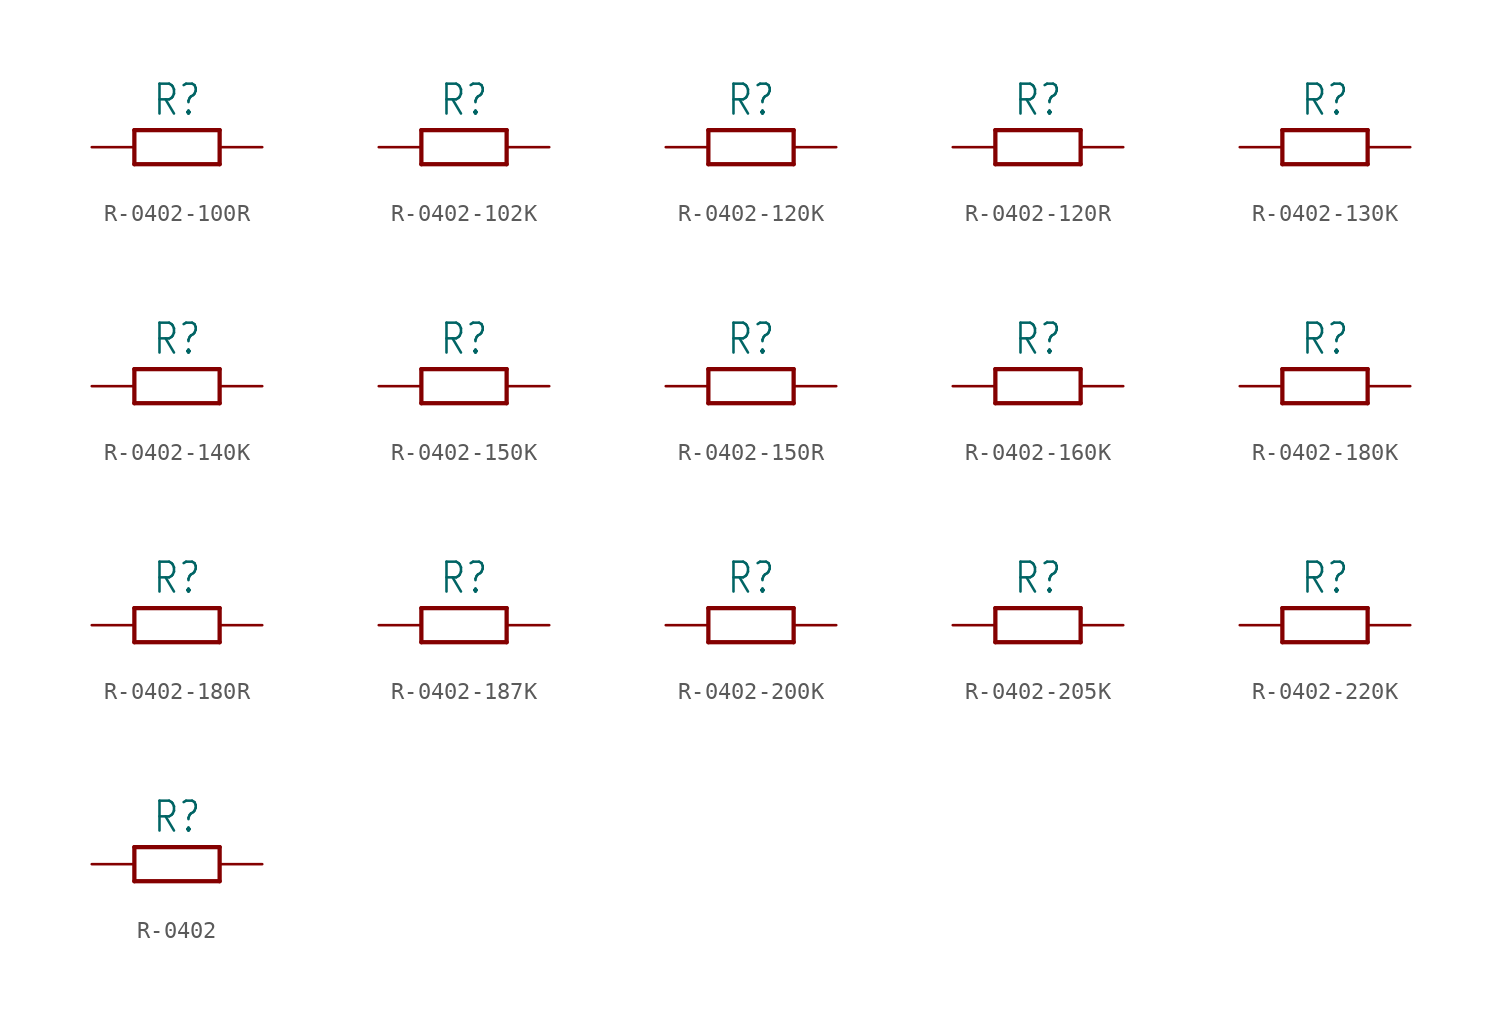
<source format=kicad_sym>
(kicad_symbol_lib
  (version 20231120)
  (generator "kicad_symbol_editor")
  (generator_version "8.0")
  (symbol "R-0402-100R"
    (property "Reference" "R"
      (at 0 1.778 0)
      (effects (font (size 1.778 1.511)) (justify bottom)))
    (property "Value" ""
      (at 0 -1.778 0)
      (effects (font (size 1.778 1.511)) (justify top)))
    (property "ki_locked" ""
      (at 0 0 0)
      (effects (font (size 1.27 1.27))))
    (symbol "R-0402-100R_1_0"
      (polyline (pts (xy -2.54 -1.016) (xy -2.54 1.016)) (stroke (width 0.254) (type solid)) (fill (type none)))
      (polyline (pts (xy -2.54 1.016) (xy 2.54 1.016)) (stroke (width 0.254) (type solid)) (fill (type none)))
      (polyline (pts (xy 2.54 -1.016) (xy -2.54 -1.016)) (stroke (width 0.254) (type solid)) (fill (type none)))
      (polyline (pts (xy 2.54 1.016) (xy 2.54 -1.016)) (stroke (width 0.254) (type solid)) (fill (type none)))
      (pin passive line (at -5.08 0 0) (length 2.54) (name "1" (effects (font (size 0 0)))) (number "1" (effects (font (size 0 0)))))
      (pin passive line (at 5.08 0 180) (length 2.54) (name "2" (effects (font (size 0 0)))) (number "2" (effects (font (size 0 0)))))))
  (symbol "R-0402-102K"
    (property "Reference" "R"
      (at 0 1.778 0)
      (effects (font (size 1.778 1.511)) (justify bottom)))
    (property "Value" ""
      (at 0 -1.778 0)
      (effects (font (size 1.778 1.511)) (justify top)))
    (property "ki_locked" ""
      (at 0 0 0)
      (effects (font (size 1.27 1.27))))
    (symbol "R-0402-102K_1_0"
      (polyline (pts (xy -2.54 -1.016) (xy -2.54 1.016)) (stroke (width 0.254) (type solid)) (fill (type none)))
      (polyline (pts (xy -2.54 1.016) (xy 2.54 1.016)) (stroke (width 0.254) (type solid)) (fill (type none)))
      (polyline (pts (xy 2.54 -1.016) (xy -2.54 -1.016)) (stroke (width 0.254) (type solid)) (fill (type none)))
      (polyline (pts (xy 2.54 1.016) (xy 2.54 -1.016)) (stroke (width 0.254) (type solid)) (fill (type none)))
      (pin passive line (at -5.08 0 0) (length 2.54) (name "1" (effects (font (size 0 0)))) (number "1" (effects (font (size 0 0)))))
      (pin passive line (at 5.08 0 180) (length 2.54) (name "2" (effects (font (size 0 0)))) (number "2" (effects (font (size 0 0)))))))
  (symbol "R-0402-120K"
    (property "Reference" "R"
      (at 0 1.778 0)
      (effects (font (size 1.778 1.511)) (justify bottom)))
    (property "Value" ""
      (at 0 -1.778 0)
      (effects (font (size 1.778 1.511)) (justify top)))
    (property "ki_locked" ""
      (at 0 0 0)
      (effects (font (size 1.27 1.27))))
    (symbol "R-0402-120K_1_0"
      (polyline (pts (xy -2.54 -1.016) (xy -2.54 1.016)) (stroke (width 0.254) (type solid)) (fill (type none)))
      (polyline (pts (xy -2.54 1.016) (xy 2.54 1.016)) (stroke (width 0.254) (type solid)) (fill (type none)))
      (polyline (pts (xy 2.54 -1.016) (xy -2.54 -1.016)) (stroke (width 0.254) (type solid)) (fill (type none)))
      (polyline (pts (xy 2.54 1.016) (xy 2.54 -1.016)) (stroke (width 0.254) (type solid)) (fill (type none)))
      (pin passive line (at -5.08 0 0) (length 2.54) (name "1" (effects (font (size 0 0)))) (number "1" (effects (font (size 0 0)))))
      (pin passive line (at 5.08 0 180) (length 2.54) (name "2" (effects (font (size 0 0)))) (number "2" (effects (font (size 0 0)))))))
  (symbol "R-0402-120R"
    (property "Reference" "R"
      (at 0 1.778 0)
      (effects (font (size 1.778 1.511)) (justify bottom)))
    (property "Value" ""
      (at 0 -1.778 0)
      (effects (font (size 1.778 1.511)) (justify top)))
    (property "ki_locked" ""
      (at 0 0 0)
      (effects (font (size 1.27 1.27))))
    (symbol "R-0402-120R_1_0"
      (polyline (pts (xy -2.54 -1.016) (xy -2.54 1.016)) (stroke (width 0.254) (type solid)) (fill (type none)))
      (polyline (pts (xy -2.54 1.016) (xy 2.54 1.016)) (stroke (width 0.254) (type solid)) (fill (type none)))
      (polyline (pts (xy 2.54 -1.016) (xy -2.54 -1.016)) (stroke (width 0.254) (type solid)) (fill (type none)))
      (polyline (pts (xy 2.54 1.016) (xy 2.54 -1.016)) (stroke (width 0.254) (type solid)) (fill (type none)))
      (pin passive line (at -5.08 0 0) (length 2.54) (name "1" (effects (font (size 0 0)))) (number "1" (effects (font (size 0 0)))))
      (pin passive line (at 5.08 0 180) (length 2.54) (name "2" (effects (font (size 0 0)))) (number "2" (effects (font (size 0 0)))))))
  (symbol "R-0402-130K"
    (property "Reference" "R"
      (at 0 1.778 0)
      (effects (font (size 1.778 1.511)) (justify bottom)))
    (property "Value" ""
      (at 0 -1.778 0)
      (effects (font (size 1.778 1.511)) (justify top)))
    (property "ki_locked" ""
      (at 0 0 0)
      (effects (font (size 1.27 1.27))))
    (symbol "R-0402-130K_1_0"
      (polyline (pts (xy -2.54 -1.016) (xy -2.54 1.016)) (stroke (width 0.254) (type solid)) (fill (type none)))
      (polyline (pts (xy -2.54 1.016) (xy 2.54 1.016)) (stroke (width 0.254) (type solid)) (fill (type none)))
      (polyline (pts (xy 2.54 -1.016) (xy -2.54 -1.016)) (stroke (width 0.254) (type solid)) (fill (type none)))
      (polyline (pts (xy 2.54 1.016) (xy 2.54 -1.016)) (stroke (width 0.254) (type solid)) (fill (type none)))
      (pin passive line (at -5.08 0 0) (length 2.54) (name "1" (effects (font (size 0 0)))) (number "1" (effects (font (size 0 0)))))
      (pin passive line (at 5.08 0 180) (length 2.54) (name "2" (effects (font (size 0 0)))) (number "2" (effects (font (size 0 0)))))))
  (symbol "R-0402-140K"
    (property "Reference" "R"
      (at 0 1.778 0)
      (effects (font (size 1.778 1.511)) (justify bottom)))
    (property "Value" ""
      (at 0 -1.778 0)
      (effects (font (size 1.778 1.511)) (justify top)))
    (property "ki_locked" ""
      (at 0 0 0)
      (effects (font (size 1.27 1.27))))
    (symbol "R-0402-140K_1_0"
      (polyline (pts (xy -2.54 -1.016) (xy -2.54 1.016)) (stroke (width 0.254) (type solid)) (fill (type none)))
      (polyline (pts (xy -2.54 1.016) (xy 2.54 1.016)) (stroke (width 0.254) (type solid)) (fill (type none)))
      (polyline (pts (xy 2.54 -1.016) (xy -2.54 -1.016)) (stroke (width 0.254) (type solid)) (fill (type none)))
      (polyline (pts (xy 2.54 1.016) (xy 2.54 -1.016)) (stroke (width 0.254) (type solid)) (fill (type none)))
      (pin passive line (at -5.08 0 0) (length 2.54) (name "1" (effects (font (size 0 0)))) (number "1" (effects (font (size 0 0)))))
      (pin passive line (at 5.08 0 180) (length 2.54) (name "2" (effects (font (size 0 0)))) (number "2" (effects (font (size 0 0)))))))
  (symbol "R-0402-150K"
    (property "Reference" "R"
      (at 0 1.778 0)
      (effects (font (size 1.778 1.511)) (justify bottom)))
    (property "Value" ""
      (at 0 -1.778 0)
      (effects (font (size 1.778 1.511)) (justify top)))
    (property "ki_locked" ""
      (at 0 0 0)
      (effects (font (size 1.27 1.27))))
    (symbol "R-0402-150K_1_0"
      (polyline (pts (xy -2.54 -1.016) (xy -2.54 1.016)) (stroke (width 0.254) (type solid)) (fill (type none)))
      (polyline (pts (xy -2.54 1.016) (xy 2.54 1.016)) (stroke (width 0.254) (type solid)) (fill (type none)))
      (polyline (pts (xy 2.54 -1.016) (xy -2.54 -1.016)) (stroke (width 0.254) (type solid)) (fill (type none)))
      (polyline (pts (xy 2.54 1.016) (xy 2.54 -1.016)) (stroke (width 0.254) (type solid)) (fill (type none)))
      (pin passive line (at -5.08 0 0) (length 2.54) (name "1" (effects (font (size 0 0)))) (number "1" (effects (font (size 0 0)))))
      (pin passive line (at 5.08 0 180) (length 2.54) (name "2" (effects (font (size 0 0)))) (number "2" (effects (font (size 0 0)))))))
  (symbol "R-0402-150R"
    (property "Reference" "R"
      (at 0 1.778 0)
      (effects (font (size 1.778 1.511)) (justify bottom)))
    (property "Value" ""
      (at 0 -1.778 0)
      (effects (font (size 1.778 1.511)) (justify top)))
    (property "ki_locked" ""
      (at 0 0 0)
      (effects (font (size 1.27 1.27))))
    (symbol "R-0402-150R_1_0"
      (polyline (pts (xy -2.54 -1.016) (xy -2.54 1.016)) (stroke (width 0.254) (type solid)) (fill (type none)))
      (polyline (pts (xy -2.54 1.016) (xy 2.54 1.016)) (stroke (width 0.254) (type solid)) (fill (type none)))
      (polyline (pts (xy 2.54 -1.016) (xy -2.54 -1.016)) (stroke (width 0.254) (type solid)) (fill (type none)))
      (polyline (pts (xy 2.54 1.016) (xy 2.54 -1.016)) (stroke (width 0.254) (type solid)) (fill (type none)))
      (pin passive line (at -5.08 0 0) (length 2.54) (name "1" (effects (font (size 0 0)))) (number "1" (effects (font (size 0 0)))))
      (pin passive line (at 5.08 0 180) (length 2.54) (name "2" (effects (font (size 0 0)))) (number "2" (effects (font (size 0 0)))))))
  (symbol "R-0402-160K"
    (property "Reference" "R"
      (at 0 1.778 0)
      (effects (font (size 1.778 1.511)) (justify bottom)))
    (property "Value" ""
      (at 0 -1.778 0)
      (effects (font (size 1.778 1.511)) (justify top)))
    (property "ki_locked" ""
      (at 0 0 0)
      (effects (font (size 1.27 1.27))))
    (symbol "R-0402-160K_1_0"
      (polyline (pts (xy -2.54 -1.016) (xy -2.54 1.016)) (stroke (width 0.254) (type solid)) (fill (type none)))
      (polyline (pts (xy -2.54 1.016) (xy 2.54 1.016)) (stroke (width 0.254) (type solid)) (fill (type none)))
      (polyline (pts (xy 2.54 -1.016) (xy -2.54 -1.016)) (stroke (width 0.254) (type solid)) (fill (type none)))
      (polyline (pts (xy 2.54 1.016) (xy 2.54 -1.016)) (stroke (width 0.254) (type solid)) (fill (type none)))
      (pin passive line (at -5.08 0 0) (length 2.54) (name "1" (effects (font (size 0 0)))) (number "1" (effects (font (size 0 0)))))
      (pin passive line (at 5.08 0 180) (length 2.54) (name "2" (effects (font (size 0 0)))) (number "2" (effects (font (size 0 0)))))))
  (symbol "R-0402-180K"
    (property "Reference" "R"
      (at 0 1.778 0)
      (effects (font (size 1.778 1.511)) (justify bottom)))
    (property "Value" ""
      (at 0 -1.778 0)
      (effects (font (size 1.778 1.511)) (justify top)))
    (property "ki_locked" ""
      (at 0 0 0)
      (effects (font (size 1.27 1.27))))
    (symbol "R-0402-180K_1_0"
      (polyline (pts (xy -2.54 -1.016) (xy -2.54 1.016)) (stroke (width 0.254) (type solid)) (fill (type none)))
      (polyline (pts (xy -2.54 1.016) (xy 2.54 1.016)) (stroke (width 0.254) (type solid)) (fill (type none)))
      (polyline (pts (xy 2.54 -1.016) (xy -2.54 -1.016)) (stroke (width 0.254) (type solid)) (fill (type none)))
      (polyline (pts (xy 2.54 1.016) (xy 2.54 -1.016)) (stroke (width 0.254) (type solid)) (fill (type none)))
      (pin passive line (at -5.08 0 0) (length 2.54) (name "1" (effects (font (size 0 0)))) (number "1" (effects (font (size 0 0)))))
      (pin passive line (at 5.08 0 180) (length 2.54) (name "2" (effects (font (size 0 0)))) (number "2" (effects (font (size 0 0)))))))
  (symbol "R-0402-180R"
    (property "Reference" "R"
      (at 0 1.778 0)
      (effects (font (size 1.778 1.511)) (justify bottom)))
    (property "Value" ""
      (at 0 -1.778 0)
      (effects (font (size 1.778 1.511)) (justify top)))
    (property "ki_locked" ""
      (at 0 0 0)
      (effects (font (size 1.27 1.27))))
    (symbol "R-0402-180R_1_0"
      (polyline (pts (xy -2.54 -1.016) (xy -2.54 1.016)) (stroke (width 0.254) (type solid)) (fill (type none)))
      (polyline (pts (xy -2.54 1.016) (xy 2.54 1.016)) (stroke (width 0.254) (type solid)) (fill (type none)))
      (polyline (pts (xy 2.54 -1.016) (xy -2.54 -1.016)) (stroke (width 0.254) (type solid)) (fill (type none)))
      (polyline (pts (xy 2.54 1.016) (xy 2.54 -1.016)) (stroke (width 0.254) (type solid)) (fill (type none)))
      (pin passive line (at -5.08 0 0) (length 2.54) (name "1" (effects (font (size 0 0)))) (number "1" (effects (font (size 0 0)))))
      (pin passive line (at 5.08 0 180) (length 2.54) (name "2" (effects (font (size 0 0)))) (number "2" (effects (font (size 0 0)))))))
  (symbol "R-0402-187K"
    (property "Reference" "R"
      (at 0 1.778 0)
      (effects (font (size 1.778 1.511)) (justify bottom)))
    (property "Value" ""
      (at 0 -1.778 0)
      (effects (font (size 1.778 1.511)) (justify top)))
    (property "ki_locked" ""
      (at 0 0 0)
      (effects (font (size 1.27 1.27))))
    (symbol "R-0402-187K_1_0"
      (polyline (pts (xy -2.54 -1.016) (xy -2.54 1.016)) (stroke (width 0.254) (type solid)) (fill (type none)))
      (polyline (pts (xy -2.54 1.016) (xy 2.54 1.016)) (stroke (width 0.254) (type solid)) (fill (type none)))
      (polyline (pts (xy 2.54 -1.016) (xy -2.54 -1.016)) (stroke (width 0.254) (type solid)) (fill (type none)))
      (polyline (pts (xy 2.54 1.016) (xy 2.54 -1.016)) (stroke (width 0.254) (type solid)) (fill (type none)))
      (pin passive line (at -5.08 0 0) (length 2.54) (name "1" (effects (font (size 0 0)))) (number "1" (effects (font (size 0 0)))))
      (pin passive line (at 5.08 0 180) (length 2.54) (name "2" (effects (font (size 0 0)))) (number "2" (effects (font (size 0 0)))))))
  (symbol "R-0402-200K"
    (property "Reference" "R"
      (at 0 1.778 0)
      (effects (font (size 1.778 1.511)) (justify bottom)))
    (property "Value" ""
      (at 0 -1.778 0)
      (effects (font (size 1.778 1.511)) (justify top)))
    (property "ki_locked" ""
      (at 0 0 0)
      (effects (font (size 1.27 1.27))))
    (symbol "R-0402-200K_1_0"
      (polyline (pts (xy -2.54 -1.016) (xy -2.54 1.016)) (stroke (width 0.254) (type solid)) (fill (type none)))
      (polyline (pts (xy -2.54 1.016) (xy 2.54 1.016)) (stroke (width 0.254) (type solid)) (fill (type none)))
      (polyline (pts (xy 2.54 -1.016) (xy -2.54 -1.016)) (stroke (width 0.254) (type solid)) (fill (type none)))
      (polyline (pts (xy 2.54 1.016) (xy 2.54 -1.016)) (stroke (width 0.254) (type solid)) (fill (type none)))
      (pin passive line (at -5.08 0 0) (length 2.54) (name "1" (effects (font (size 0 0)))) (number "1" (effects (font (size 0 0)))))
      (pin passive line (at 5.08 0 180) (length 2.54) (name "2" (effects (font (size 0 0)))) (number "2" (effects (font (size 0 0)))))))
  (symbol "R-0402-205K"
    (property "Reference" "R"
      (at 0 1.778 0)
      (effects (font (size 1.778 1.511)) (justify bottom)))
    (property "Value" ""
      (at 0 -1.778 0)
      (effects (font (size 1.778 1.511)) (justify top)))
    (property "ki_locked" ""
      (at 0 0 0)
      (effects (font (size 1.27 1.27))))
    (symbol "R-0402-205K_1_0"
      (polyline (pts (xy -2.54 -1.016) (xy -2.54 1.016)) (stroke (width 0.254) (type solid)) (fill (type none)))
      (polyline (pts (xy -2.54 1.016) (xy 2.54 1.016)) (stroke (width 0.254) (type solid)) (fill (type none)))
      (polyline (pts (xy 2.54 -1.016) (xy -2.54 -1.016)) (stroke (width 0.254) (type solid)) (fill (type none)))
      (polyline (pts (xy 2.54 1.016) (xy 2.54 -1.016)) (stroke (width 0.254) (type solid)) (fill (type none)))
      (pin passive line (at -5.08 0 0) (length 2.54) (name "1" (effects (font (size 0 0)))) (number "1" (effects (font (size 0 0)))))
      (pin passive line (at 5.08 0 180) (length 2.54) (name "2" (effects (font (size 0 0)))) (number "2" (effects (font (size 0 0)))))))
  (symbol "R-0402-220K"
    (property "Reference" "R"
      (at 0 1.778 0)
      (effects (font (size 1.778 1.511)) (justify bottom)))
    (property "Value" ""
      (at 0 -1.778 0)
      (effects (font (size 1.778 1.511)) (justify top)))
    (property "ki_locked" ""
      (at 0 0 0)
      (effects (font (size 1.27 1.27))))
    (symbol "R-0402-220K_1_0"
      (polyline (pts (xy -2.54 -1.016) (xy -2.54 1.016)) (stroke (width 0.254) (type solid)) (fill (type none)))
      (polyline (pts (xy -2.54 1.016) (xy 2.54 1.016)) (stroke (width 0.254) (type solid)) (fill (type none)))
      (polyline (pts (xy 2.54 -1.016) (xy -2.54 -1.016)) (stroke (width 0.254) (type solid)) (fill (type none)))
      (polyline (pts (xy 2.54 1.016) (xy 2.54 -1.016)) (stroke (width 0.254) (type solid)) (fill (type none)))
      (pin passive line (at -5.08 0 0) (length 2.54) (name "1" (effects (font (size 0 0)))) (number "1" (effects (font (size 0 0)))))
      (pin passive line (at 5.08 0 180) (length 2.54) (name "2" (effects (font (size 0 0)))) (number "2" (effects (font (size 0 0)))))))
  (symbol "R-0402"
    (property "Reference" "R"
      (at 0 1.778 0)
      (effects (font (size 1.778 1.511)) (justify bottom)))
    (property "Value" ""
      (at 0 -1.778 0)
      (effects (font (size 1.778 1.511)) (justify top)))
    (property "ki_locked" ""
      (at 0 0 0)
      (effects (font (size 1.27 1.27))))
    (symbol "R-0402_1_0"
      (polyline (pts (xy -2.54 -1.016) (xy -2.54 1.016)) (stroke (width 0.254) (type solid)) (fill (type none)))
      (polyline (pts (xy -2.54 1.016) (xy 2.54 1.016)) (stroke (width 0.254) (type solid)) (fill (type none)))
      (polyline (pts (xy 2.54 -1.016) (xy -2.54 -1.016)) (stroke (width 0.254) (type solid)) (fill (type none)))
      (polyline (pts (xy 2.54 1.016) (xy 2.54 -1.016)) (stroke (width 0.254) (type solid)) (fill (type none)))
      (pin passive line (at -5.08 0 0) (length 2.54) (name "1" (effects (font (size 0 0)))) (number "1" (effects (font (size 0 0)))))
      (pin passive line (at 5.08 0 180) (length 2.54) (name "2" (effects (font (size 0 0)))) (number "2" (effects (font (size 0 0))))))))
</source>
